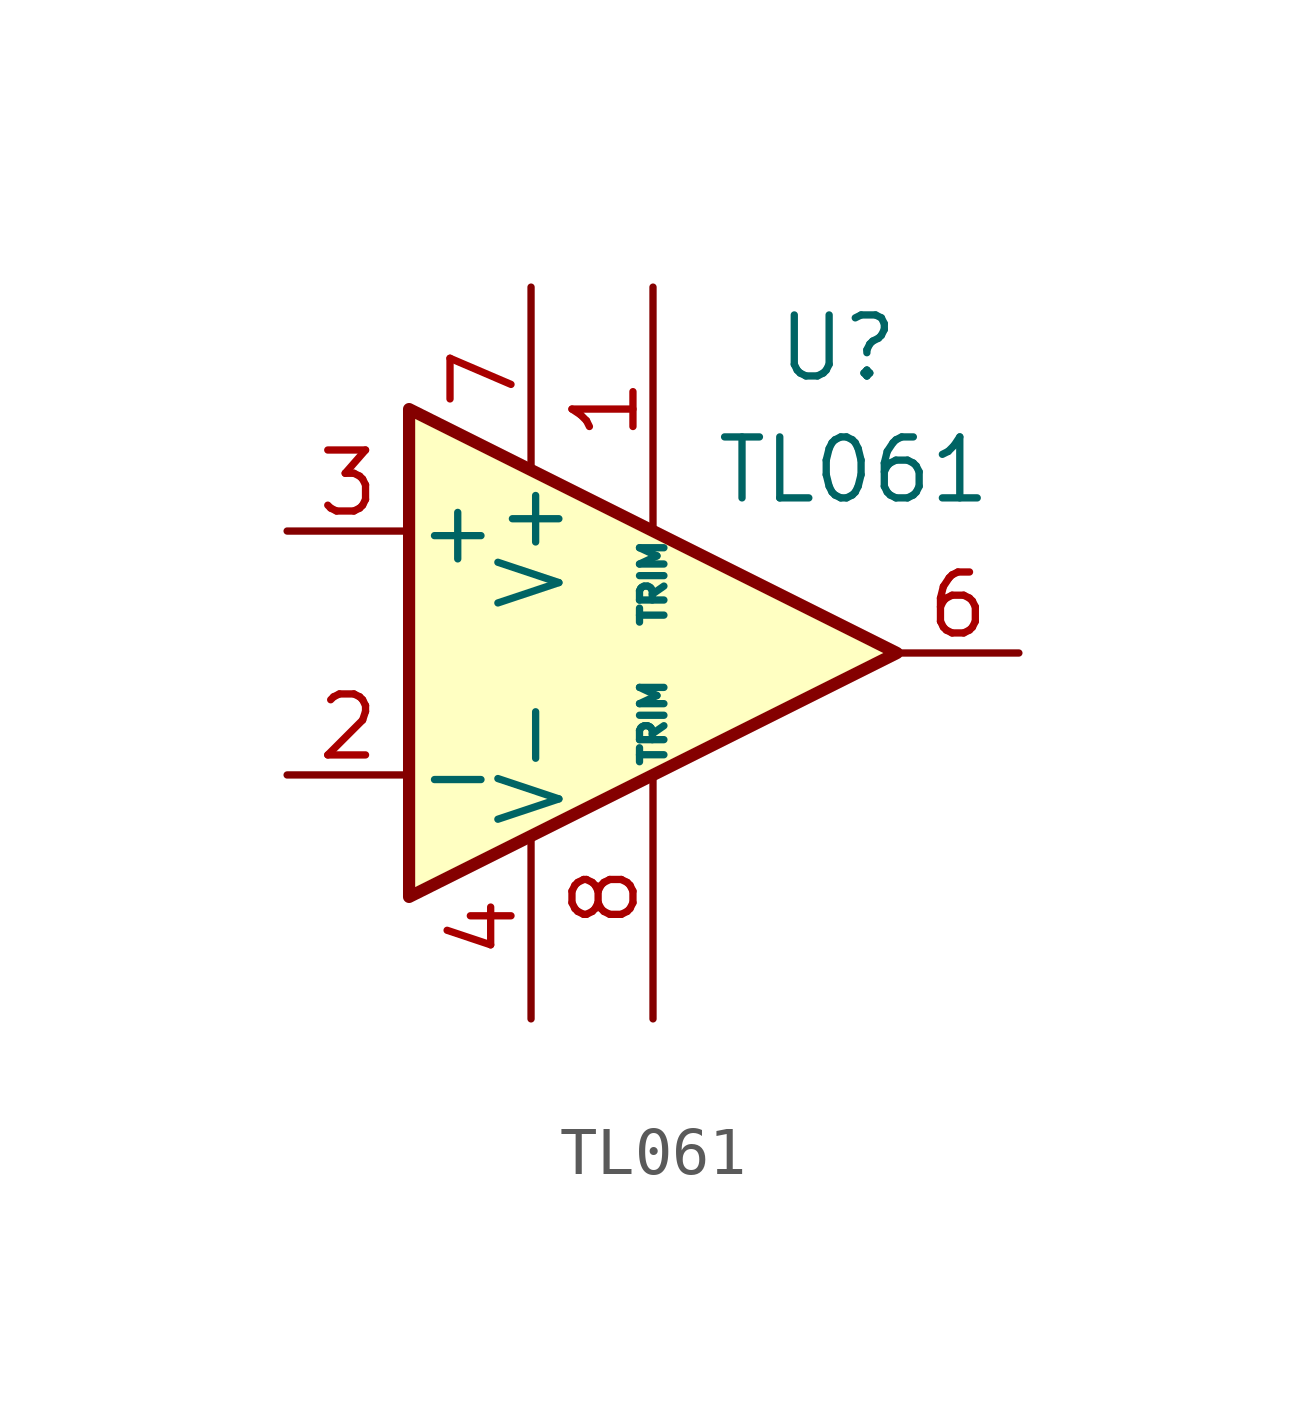
<source format=kicad_sym>
(kicad_symbol_lib
  (version 20211014)
  (generator kicad_symbol_editor)
  (symbol "TL061"
    (pin_names
      (offset 0.127))
    (property "Reference" "U"
      (at 2.54 6.35 0)
      (effects (font (size 1.27 1.27)) (justify left)))
    (property "Value" "TL061"
      (at 1.27 3.81 0)
      (effects (font (size 1.27 1.27)) (justify left)))
    (symbol "TL061_0_1"
      (polyline (pts (xy -5.08 5.08) (xy 5.08 0) (xy -5.08 -5.08) (xy -5.08 5.08)) (stroke (width 0.254) (type default) (color 0 0 0 0)) (fill (type background))))
    (symbol "TL061_1_1"
      (pin input line (at 0 7.62 270) (length 5.08) (name "TRIM" (effects (font (size 0.508 0.508)))) (number "1" (effects (font (size 1.27 1.27)))))
      (pin input line (at -7.62 -2.54 0) (length 2.54) (name "-" (effects (font (size 1.27 1.27)))) (number "2" (effects (font (size 1.27 1.27)))))
      (pin input line (at -7.62 2.54 0) (length 2.54) (name "+" (effects (font (size 1.27 1.27)))) (number "3" (effects (font (size 1.27 1.27)))))
      (pin power_in line (at -2.54 -7.62 90) (length 3.81) (name "V-" (effects (font (size 1.27 1.27)))) (number "4" (effects (font (size 1.27 1.27)))))
      (pin no_connect non_logic (at 2.54 -1.27 90) (length 0) hide (name "NC" (effects (font (size 0.508 0.508)))) (number "5" (effects (font (size 1.27 1.27)))))
      (pin output line (at 7.62 0 180) (length 2.54) (name "~" (effects (font (size 1.27 1.27)))) (number "6" (effects (font (size 1.27 1.27)))))
      (pin power_in line (at -2.54 7.62 270) (length 3.81) (name "V+" (effects (font (size 1.27 1.27)))) (number "7" (effects (font (size 1.27 1.27)))))
      (pin input line (at 0 -7.62 90) (length 5.08) (name "TRIM" (effects (font (size 0.508 0.508)))) (number "8" (effects (font (size 1.27 1.27))))))))
</source>
